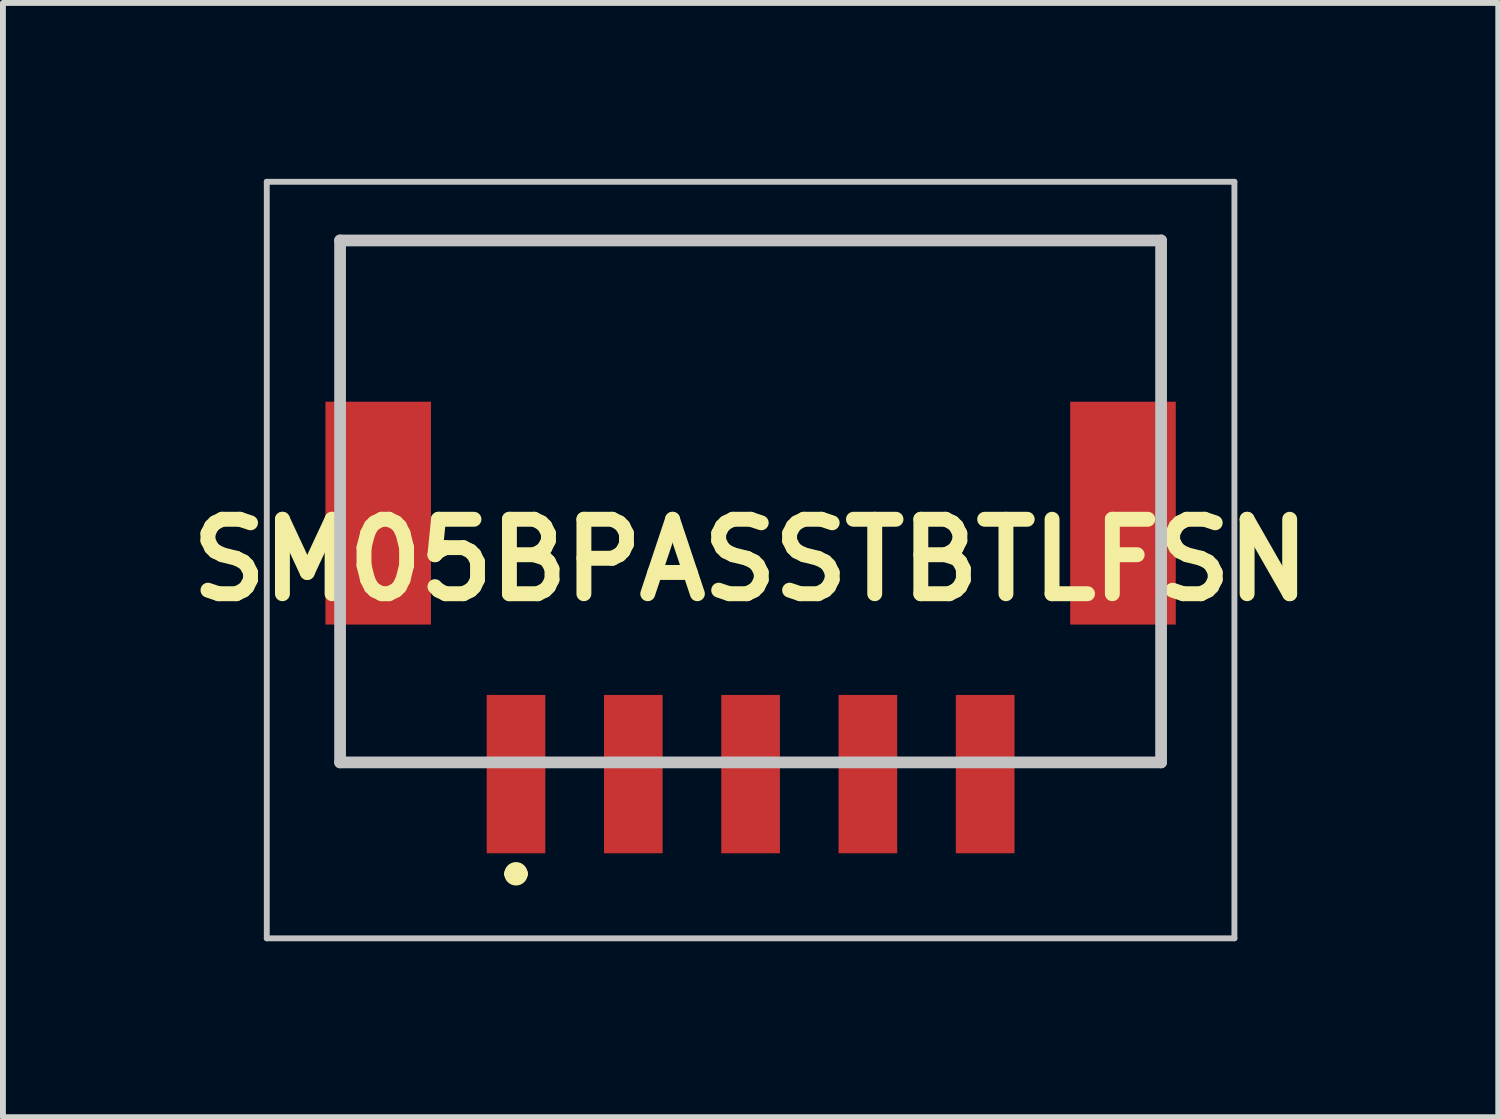
<source format=kicad_pcb>
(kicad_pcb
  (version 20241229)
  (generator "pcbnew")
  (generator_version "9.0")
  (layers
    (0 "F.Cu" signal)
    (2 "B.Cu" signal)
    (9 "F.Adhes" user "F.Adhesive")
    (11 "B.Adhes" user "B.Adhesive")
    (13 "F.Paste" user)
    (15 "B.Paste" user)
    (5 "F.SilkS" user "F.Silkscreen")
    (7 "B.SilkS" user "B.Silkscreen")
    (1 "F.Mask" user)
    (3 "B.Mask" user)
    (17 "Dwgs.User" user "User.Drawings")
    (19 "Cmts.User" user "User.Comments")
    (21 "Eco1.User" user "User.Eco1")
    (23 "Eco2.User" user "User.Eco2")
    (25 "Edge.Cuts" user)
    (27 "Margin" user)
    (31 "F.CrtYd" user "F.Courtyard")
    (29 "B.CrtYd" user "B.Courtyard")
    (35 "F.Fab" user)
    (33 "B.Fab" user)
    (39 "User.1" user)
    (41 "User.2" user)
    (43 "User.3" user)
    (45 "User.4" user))
  (footprint "SM05BPASSTBTLFSN"
    (layer "F.Cu")
    (at 9.749 6.5)
    (property "Reference" "SM05BPASSTBTLFSN" (at 0 0 0) (layer "F.SilkS") (effects (font (size 1.27 1.27) (thickness 0.254))))
    (attr smd)
    (fp_line (start -7 -5.45) (end 7 -5.45) (stroke (width 0.1) (type solid)) (layer "F.SilkS"))
    (fp_line (start -7 -3.35) (end -7 -5.45) (stroke (width 0.1) (type solid)) (layer "F.SilkS"))
    (fp_line (start -7 1.65) (end -7 3.45) (stroke (width 0.1) (type solid)) (layer "F.SilkS"))
    (fp_line (start -7 3.45) (end -5 3.45) (stroke (width 0.1) (type solid)) (layer "F.SilkS"))
    (fp_line (start -4.1 5.35) (end -4.1 5.35) (stroke (width 0.2) (type solid)) (layer "F.SilkS"))
    (fp_line (start -3.9 5.35) (end -3.9 5.35) (stroke (width 0.2) (type solid)) (layer "F.SilkS"))
    (fp_line (start 5 3.45) (end 7 3.45) (stroke (width 0.1) (type solid)) (layer "F.SilkS"))
    (fp_line (start 7 -5.45) (end 7 -3.35) (stroke (width 0.1) (type solid)) (layer "F.SilkS"))
    (fp_line (start 7 3.45) (end 7 1.65) (stroke (width 0.1) (type solid)) (layer "F.SilkS"))
    (fp_arc (start -4.1 5.35) (mid -4 5.25) (end -3.9 5.35) (stroke (width 0.2) (type solid)) (layer "F.SilkS"))
    (fp_arc (start -3.9 5.35) (mid -4 5.45) (end -4.1 5.35) (stroke (width 0.2) (type solid)) (layer "F.SilkS"))
    (fp_line (start -8.25 -6.45) (end 8.25 -6.45) (stroke (width 0.1) (type solid)) (layer "Dwgs.User"))
    (fp_line (start -8.25 6.45) (end -8.25 -6.45) (stroke (width 0.1) (type solid)) (layer "Dwgs.User"))
    (fp_line (start -7 -5.45) (end 7 -5.45) (stroke (width 0.2) (type solid)) (layer "Dwgs.User"))
    (fp_line (start -7 3.45) (end -7 -5.45) (stroke (width 0.2) (type solid)) (layer "Dwgs.User"))
    (fp_line (start 7 -5.45) (end 7 3.45) (stroke (width 0.2) (type solid)) (layer "Dwgs.User"))
    (fp_line (start 7 3.45) (end -7 3.45) (stroke (width 0.2) (type solid)) (layer "Dwgs.User"))
    (fp_line (start 8.25 -6.45) (end 8.25 6.45) (stroke (width 0.1) (type solid)) (layer "Dwgs.User"))
    (fp_line (start 8.25 6.45) (end -8.25 6.45) (stroke (width 0.1) (type solid)) (layer "Dwgs.User"))
    (pad "1" smd rect (at -4 3.65) (size 1 2.7) (layers "F.Cu" "F.Mask" "F.Paste"))
    (pad "2" smd rect (at -2 3.65) (size 1 2.7) (layers "F.Cu" "F.Mask" "F.Paste"))
    (pad "3" smd rect (at 0 3.65) (size 1 2.7) (layers "F.Cu" "F.Mask" "F.Paste"))
    (pad "4" smd rect (at 2 3.65) (size 1 2.7) (layers "F.Cu" "F.Mask" "F.Paste"))
    (pad "5" smd rect (at 4 3.65) (size 1 2.7) (layers "F.Cu" "F.Mask" "F.Paste"))
    (pad "6" smd rect (at -6.35 -0.8) (size 1.8 3.8) (layers "F.Cu" "F.Mask" "F.Paste"))
    (pad "7" smd rect (at 6.35 -0.8) (size 1.8 3.8) (layers "F.Cu" "F.Mask" "F.Paste")))
  (gr_rect
    (start -3 -3)
    (end 22.498 16)
    (stroke (width 0.1) (type default))
    (fill no)
    (layer "Edge.Cuts")))
</source>
